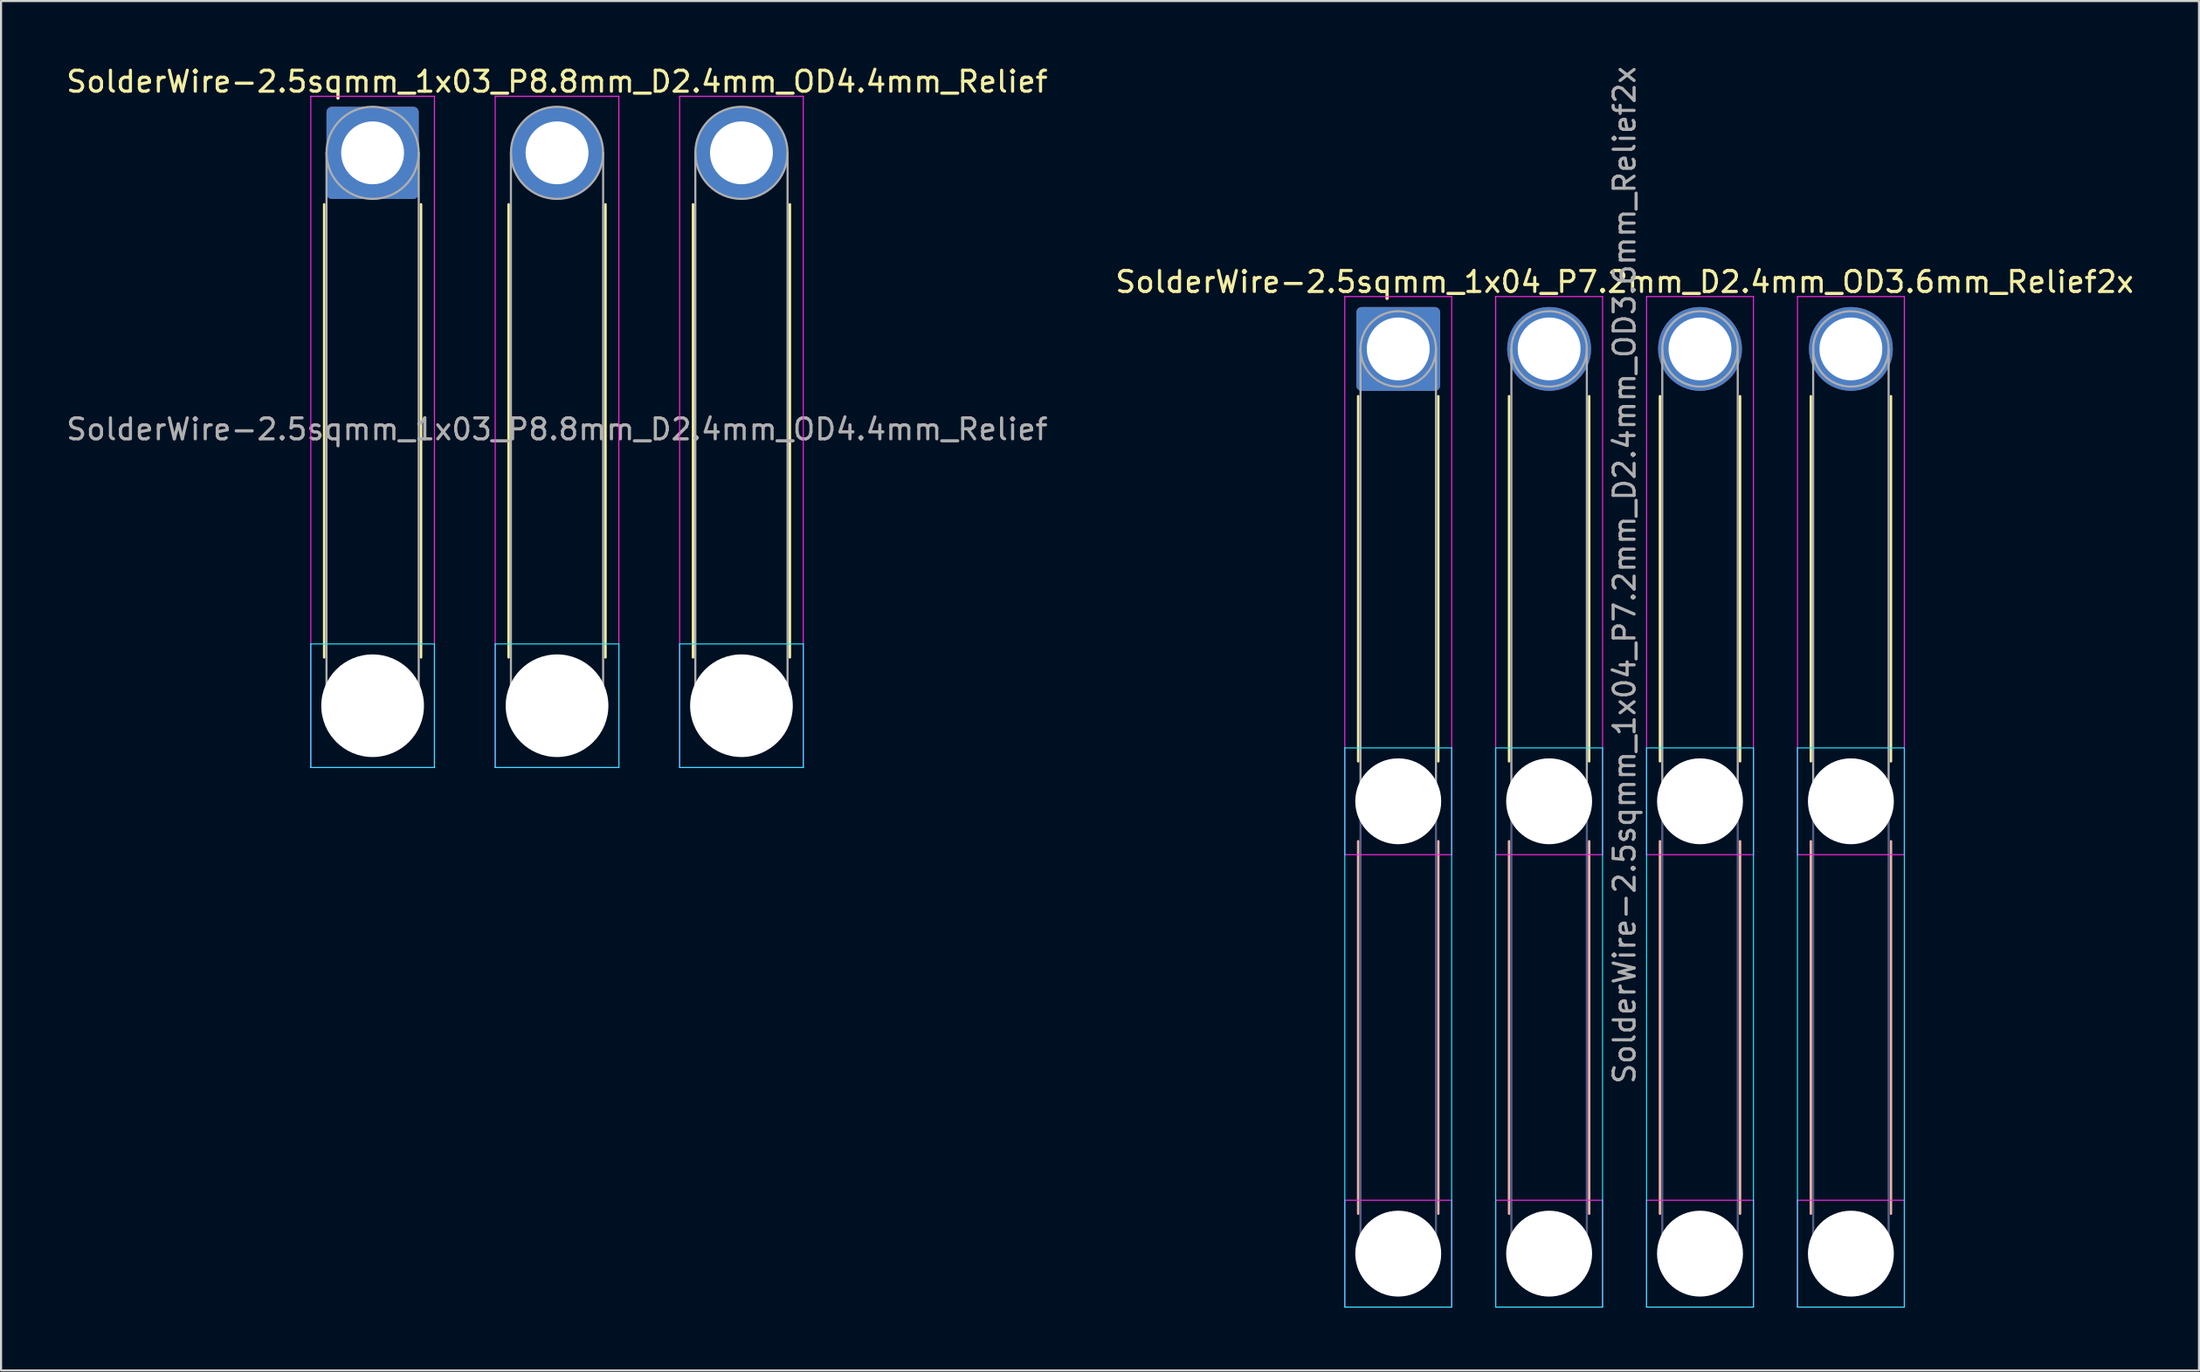
<source format=kicad_pcb>
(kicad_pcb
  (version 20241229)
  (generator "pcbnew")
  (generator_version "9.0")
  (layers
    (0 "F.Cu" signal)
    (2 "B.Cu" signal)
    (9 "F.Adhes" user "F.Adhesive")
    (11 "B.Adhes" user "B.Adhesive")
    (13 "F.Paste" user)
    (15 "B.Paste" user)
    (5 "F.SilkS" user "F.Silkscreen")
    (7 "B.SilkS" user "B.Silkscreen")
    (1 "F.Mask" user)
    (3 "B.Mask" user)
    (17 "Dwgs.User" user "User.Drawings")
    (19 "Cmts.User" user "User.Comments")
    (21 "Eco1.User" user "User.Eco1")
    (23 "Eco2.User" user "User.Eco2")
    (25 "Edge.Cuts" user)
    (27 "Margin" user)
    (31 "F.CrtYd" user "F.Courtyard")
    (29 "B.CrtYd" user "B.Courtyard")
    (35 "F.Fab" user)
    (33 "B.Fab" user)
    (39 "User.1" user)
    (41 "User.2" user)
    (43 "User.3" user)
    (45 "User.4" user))
  (footprint "SolderWire-2.5sqmm_1x04_P7.2mm_D2.4mm_OD3.6mm_Relief2x"
    (layer "F.Cu")
    (at 63.67 13.611)
    (property "Reference" "SolderWire-2.5sqmm_1x04_P7.2mm_D2.4mm_OD3.6mm_Relief2x" (at 10.8 -3.2 0) (layer "F.SilkS") (effects (font (size 1 1) (thickness 0.15))))
    (attr exclude_from_pos_files exclude_from_bom)
    (fp_line (start -1.91 2.26) (end -1.91 19.69) (stroke (width 0.12) (type solid)) (layer "F.SilkS"))
    (fp_line (start 1.91 2.26) (end 1.91 19.69) (stroke (width 0.12) (type solid)) (layer "F.SilkS"))
    (fp_line (start 5.29 2.26) (end 5.29 19.69) (stroke (width 0.12) (type solid)) (layer "F.SilkS"))
    (fp_line (start 9.11 2.26) (end 9.11 19.69) (stroke (width 0.12) (type solid)) (layer "F.SilkS"))
    (fp_line (start 12.49 2.26) (end 12.49 19.69) (stroke (width 0.12) (type solid)) (layer "F.SilkS"))
    (fp_line (start 16.31 2.26) (end 16.31 19.69) (stroke (width 0.12) (type solid)) (layer "F.SilkS"))
    (fp_line (start 19.69 2.26) (end 19.69 19.69) (stroke (width 0.12) (type solid)) (layer "F.SilkS"))
    (fp_line (start 23.51 2.26) (end 23.51 19.69) (stroke (width 0.12) (type solid)) (layer "F.SilkS"))
    (fp_line (start -1.91 23.51) (end -1.91 41.29) (stroke (width 0.12) (type solid)) (layer "B.SilkS"))
    (fp_line (start 1.91 23.51) (end 1.91 41.29) (stroke (width 0.12) (type solid)) (layer "B.SilkS"))
    (fp_line (start 5.29 23.51) (end 5.29 41.29) (stroke (width 0.12) (type solid)) (layer "B.SilkS"))
    (fp_line (start 9.11 23.51) (end 9.11 41.29) (stroke (width 0.12) (type solid)) (layer "B.SilkS"))
    (fp_line (start 12.49 23.51) (end 12.49 41.29) (stroke (width 0.12) (type solid)) (layer "B.SilkS"))
    (fp_line (start 16.31 23.51) (end 16.31 41.29) (stroke (width 0.12) (type solid)) (layer "B.SilkS"))
    (fp_line (start 19.69 23.51) (end 19.69 41.29) (stroke (width 0.12) (type solid)) (layer "B.SilkS"))
    (fp_line (start 23.51 23.51) (end 23.51 41.29) (stroke (width 0.12) (type solid)) (layer "B.SilkS"))
    (fp_line (start -2.55 19.05) (end -2.55 45.75) (stroke (width 0.05) (type solid)) (layer "B.CrtYd"))
    (fp_line (start -2.55 45.75) (end 2.55 45.75) (stroke (width 0.05) (type solid)) (layer "B.CrtYd"))
    (fp_line (start 2.55 19.05) (end -2.55 19.05) (stroke (width 0.05) (type solid)) (layer "B.CrtYd"))
    (fp_line (start 2.55 45.75) (end 2.55 19.05) (stroke (width 0.05) (type solid)) (layer "B.CrtYd"))
    (fp_line (start 4.65 19.05) (end 4.65 45.75) (stroke (width 0.05) (type solid)) (layer "B.CrtYd"))
    (fp_line (start 4.65 45.75) (end 9.75 45.75) (stroke (width 0.05) (type solid)) (layer "B.CrtYd"))
    (fp_line (start 9.75 19.05) (end 4.65 19.05) (stroke (width 0.05) (type solid)) (layer "B.CrtYd"))
    (fp_line (start 9.75 45.75) (end 9.75 19.05) (stroke (width 0.05) (type solid)) (layer "B.CrtYd"))
    (fp_line (start 11.85 19.05) (end 11.85 45.75) (stroke (width 0.05) (type solid)) (layer "B.CrtYd"))
    (fp_line (start 11.85 45.75) (end 16.95 45.75) (stroke (width 0.05) (type solid)) (layer "B.CrtYd"))
    (fp_line (start 16.95 19.05) (end 11.85 19.05) (stroke (width 0.05) (type solid)) (layer "B.CrtYd"))
    (fp_line (start 16.95 45.75) (end 16.95 19.05) (stroke (width 0.05) (type solid)) (layer "B.CrtYd"))
    (fp_line (start 19.05 19.05) (end 19.05 45.75) (stroke (width 0.05) (type solid)) (layer "B.CrtYd"))
    (fp_line (start 19.05 45.75) (end 24.15 45.75) (stroke (width 0.05) (type solid)) (layer "B.CrtYd"))
    (fp_line (start 24.15 19.05) (end 19.05 19.05) (stroke (width 0.05) (type solid)) (layer "B.CrtYd"))
    (fp_line (start 24.15 45.75) (end 24.15 19.05) (stroke (width 0.05) (type solid)) (layer "B.CrtYd"))
    (fp_line (start -2.55 -2.5) (end -2.55 24.15) (stroke (width 0.05) (type solid)) (layer "F.CrtYd"))
    (fp_line (start -2.55 24.15) (end 2.55 24.15) (stroke (width 0.05) (type solid)) (layer "F.CrtYd"))
    (fp_line (start -2.55 40.65) (end -2.55 45.75) (stroke (width 0.05) (type solid)) (layer "F.CrtYd"))
    (fp_line (start -2.55 45.75) (end 2.55 45.75) (stroke (width 0.05) (type solid)) (layer "F.CrtYd"))
    (fp_line (start 2.55 -2.5) (end -2.55 -2.5) (stroke (width 0.05) (type solid)) (layer "F.CrtYd"))
    (fp_line (start 2.55 24.15) (end 2.55 -2.5) (stroke (width 0.05) (type solid)) (layer "F.CrtYd"))
    (fp_line (start 2.55 40.65) (end -2.55 40.65) (stroke (width 0.05) (type solid)) (layer "F.CrtYd"))
    (fp_line (start 2.55 45.75) (end 2.55 40.65) (stroke (width 0.05) (type solid)) (layer "F.CrtYd"))
    (fp_line (start 4.65 -2.5) (end 4.65 24.15) (stroke (width 0.05) (type solid)) (layer "F.CrtYd"))
    (fp_line (start 4.65 24.15) (end 9.75 24.15) (stroke (width 0.05) (type solid)) (layer "F.CrtYd"))
    (fp_line (start 4.65 40.65) (end 4.65 45.75) (stroke (width 0.05) (type solid)) (layer "F.CrtYd"))
    (fp_line (start 4.65 45.75) (end 9.75 45.75) (stroke (width 0.05) (type solid)) (layer "F.CrtYd"))
    (fp_line (start 9.75 -2.5) (end 4.65 -2.5) (stroke (width 0.05) (type solid)) (layer "F.CrtYd"))
    (fp_line (start 9.75 24.15) (end 9.75 -2.5) (stroke (width 0.05) (type solid)) (layer "F.CrtYd"))
    (fp_line (start 9.75 40.65) (end 4.65 40.65) (stroke (width 0.05) (type solid)) (layer "F.CrtYd"))
    (fp_line (start 9.75 45.75) (end 9.75 40.65) (stroke (width 0.05) (type solid)) (layer "F.CrtYd"))
    (fp_line (start 11.85 -2.5) (end 11.85 24.15) (stroke (width 0.05) (type solid)) (layer "F.CrtYd"))
    (fp_line (start 11.85 24.15) (end 16.95 24.15) (stroke (width 0.05) (type solid)) (layer "F.CrtYd"))
    (fp_line (start 11.85 40.65) (end 11.85 45.75) (stroke (width 0.05) (type solid)) (layer "F.CrtYd"))
    (fp_line (start 11.85 45.75) (end 16.95 45.75) (stroke (width 0.05) (type solid)) (layer "F.CrtYd"))
    (fp_line (start 16.95 -2.5) (end 11.85 -2.5) (stroke (width 0.05) (type solid)) (layer "F.CrtYd"))
    (fp_line (start 16.95 24.15) (end 16.95 -2.5) (stroke (width 0.05) (type solid)) (layer "F.CrtYd"))
    (fp_line (start 16.95 40.65) (end 11.85 40.65) (stroke (width 0.05) (type solid)) (layer "F.CrtYd"))
    (fp_line (start 16.95 45.75) (end 16.95 40.65) (stroke (width 0.05) (type solid)) (layer "F.CrtYd"))
    (fp_line (start 19.05 -2.5) (end 19.05 24.15) (stroke (width 0.05) (type solid)) (layer "F.CrtYd"))
    (fp_line (start 19.05 24.15) (end 24.15 24.15) (stroke (width 0.05) (type solid)) (layer "F.CrtYd"))
    (fp_line (start 19.05 40.65) (end 19.05 45.75) (stroke (width 0.05) (type solid)) (layer "F.CrtYd"))
    (fp_line (start 19.05 45.75) (end 24.15 45.75) (stroke (width 0.05) (type solid)) (layer "F.CrtYd"))
    (fp_line (start 24.15 -2.5) (end 19.05 -2.5) (stroke (width 0.05) (type solid)) (layer "F.CrtYd"))
    (fp_line (start 24.15 24.15) (end 24.15 -2.5) (stroke (width 0.05) (type solid)) (layer "F.CrtYd"))
    (fp_line (start 24.15 40.65) (end 19.05 40.65) (stroke (width 0.05) (type solid)) (layer "F.CrtYd"))
    (fp_line (start 24.15 45.75) (end 24.15 40.65) (stroke (width 0.05) (type solid)) (layer "F.CrtYd"))
    (fp_line (start -1.8 21.6) (end -1.8 43.2) (stroke (width 0.1) (type solid)) (layer "B.Fab"))
    (fp_line (start 1.8 21.6) (end 1.8 43.2) (stroke (width 0.1) (type solid)) (layer "B.Fab"))
    (fp_line (start 5.4 21.6) (end 5.4 43.2) (stroke (width 0.1) (type solid)) (layer "B.Fab"))
    (fp_line (start 9 21.6) (end 9 43.2) (stroke (width 0.1) (type solid)) (layer "B.Fab"))
    (fp_line (start 12.6 21.6) (end 12.6 43.2) (stroke (width 0.1) (type solid)) (layer "B.Fab"))
    (fp_line (start 16.2 21.6) (end 16.2 43.2) (stroke (width 0.1) (type solid)) (layer "B.Fab"))
    (fp_line (start 19.8 21.6) (end 19.8 43.2) (stroke (width 0.1) (type solid)) (layer "B.Fab"))
    (fp_line (start 23.4 21.6) (end 23.4 43.2) (stroke (width 0.1) (type solid)) (layer "B.Fab"))
    (fp_circle (center 0 21.6) (end 1.8 21.6) (stroke (width 0.1) (type solid)) (fill no) (layer "B.Fab"))
    (fp_circle (center 0 43.2) (end 1.8 43.2) (stroke (width 0.1) (type solid)) (fill no) (layer "B.Fab"))
    (fp_circle (center 7.2 21.6) (end 9 21.6) (stroke (width 0.1) (type solid)) (fill no) (layer "B.Fab"))
    (fp_circle (center 7.2 43.2) (end 9 43.2) (stroke (width 0.1) (type solid)) (fill no) (layer "B.Fab"))
    (fp_circle (center 14.4 21.6) (end 16.2 21.6) (stroke (width 0.1) (type solid)) (fill no) (layer "B.Fab"))
    (fp_circle (center 14.4 43.2) (end 16.2 43.2) (stroke (width 0.1) (type solid)) (fill no) (layer "B.Fab"))
    (fp_circle (center 21.6 21.6) (end 23.4 21.6) (stroke (width 0.1) (type solid)) (fill no) (layer "B.Fab"))
    (fp_circle (center 21.6 43.2) (end 23.4 43.2) (stroke (width 0.1) (type solid)) (fill no) (layer "B.Fab"))
    (fp_line (start -1.8 0) (end -1.8 21.6) (stroke (width 0.1) (type solid)) (layer "F.Fab"))
    (fp_line (start 1.8 0) (end 1.8 21.6) (stroke (width 0.1) (type solid)) (layer "F.Fab"))
    (fp_line (start 5.4 0) (end 5.4 21.6) (stroke (width 0.1) (type solid)) (layer "F.Fab"))
    (fp_line (start 9 0) (end 9 21.6) (stroke (width 0.1) (type solid)) (layer "F.Fab"))
    (fp_line (start 12.6 0) (end 12.6 21.6) (stroke (width 0.1) (type solid)) (layer "F.Fab"))
    (fp_line (start 16.2 0) (end 16.2 21.6) (stroke (width 0.1) (type solid)) (layer "F.Fab"))
    (fp_line (start 19.8 0) (end 19.8 21.6) (stroke (width 0.1) (type solid)) (layer "F.Fab"))
    (fp_line (start 23.4 0) (end 23.4 21.6) (stroke (width 0.1) (type solid)) (layer "F.Fab"))
    (fp_circle (center 0 0) (end 1.8 0) (stroke (width 0.1) (type solid)) (fill no) (layer "F.Fab"))
    (fp_circle (center 0 21.6) (end 1.8 21.6) (stroke (width 0.1) (type solid)) (fill no) (layer "F.Fab"))
    (fp_circle (center 0 43.2) (end 1.8 43.2) (stroke (width 0.1) (type solid)) (fill no) (layer "F.Fab"))
    (fp_circle (center 7.2 0) (end 9 0) (stroke (width 0.1) (type solid)) (fill no) (layer "F.Fab"))
    (fp_circle (center 7.2 21.6) (end 9 21.6) (stroke (width 0.1) (type solid)) (fill no) (layer "F.Fab"))
    (fp_circle (center 7.2 43.2) (end 9 43.2) (stroke (width 0.1) (type solid)) (fill no) (layer "F.Fab"))
    (fp_circle (center 14.4 0) (end 16.2 0) (stroke (width 0.1) (type solid)) (fill no) (layer "F.Fab"))
    (fp_circle (center 14.4 21.6) (end 16.2 21.6) (stroke (width 0.1) (type solid)) (fill no) (layer "F.Fab"))
    (fp_circle (center 14.4 43.2) (end 16.2 43.2) (stroke (width 0.1) (type solid)) (fill no) (layer "F.Fab"))
    (fp_circle (center 21.6 0) (end 23.4 0) (stroke (width 0.1) (type solid)) (fill no) (layer "F.Fab"))
    (fp_circle (center 21.6 21.6) (end 23.4 21.6) (stroke (width 0.1) (type solid)) (fill no) (layer "F.Fab"))
    (fp_circle (center 21.6 43.2) (end 23.4 43.2) (stroke (width 0.1) (type solid)) (fill no) (layer "F.Fab"))
    (fp_text user "${REFERENCE}" (at 10.8 10.8 90) (layer "F.Fab") (effects (font (size 1 1) (thickness 0.15))))
    (pad "" np_thru_hole circle (at 0 21.6) (size 4.1 4.1) (drill 4.1) (layers "*.Cu" "*.Mask"))
    (pad "" np_thru_hole circle (at 0 43.2) (size 4.1 4.1) (drill 4.1) (layers "*.Cu" "*.Mask"))
    (pad "" np_thru_hole circle (at 7.2 21.6) (size 4.1 4.1) (drill 4.1) (layers "*.Cu" "*.Mask"))
    (pad "" np_thru_hole circle (at 7.2 43.2) (size 4.1 4.1) (drill 4.1) (layers "*.Cu" "*.Mask"))
    (pad "" np_thru_hole circle (at 14.4 21.6) (size 4.1 4.1) (drill 4.1) (layers "*.Cu" "*.Mask"))
    (pad "" np_thru_hole circle (at 14.4 43.2) (size 4.1 4.1) (drill 4.1) (layers "*.Cu" "*.Mask"))
    (pad "" np_thru_hole circle (at 21.6 21.6) (size 4.1 4.1) (drill 4.1) (layers "*.Cu" "*.Mask"))
    (pad "" np_thru_hole circle (at 21.6 43.2) (size 4.1 4.1) (drill 4.1) (layers "*.Cu" "*.Mask"))
    (pad "1" thru_hole roundrect (at 0 0) (size 4 4) (drill 3) (layers "*.Cu" "*.Mask") (roundrect_rratio 0.062))
    (pad "2" thru_hole circle (at 7.2 0) (size 4 4) (drill 3) (layers "*.Cu" "*.Mask"))
    (pad "3" thru_hole circle (at 14.4 0) (size 4 4) (drill 3) (layers "*.Cu" "*.Mask"))
    (pad "4" thru_hole circle (at 21.6 0) (size 4 4) (drill 3) (layers "*.Cu" "*.Mask")))
  (footprint "SolderWire-2.5sqmm_1x03_P8.8mm_D2.4mm_OD4.4mm_Relief"
    (layer "F.Cu")
    (at 14.73 4.248)
    (property "Reference" "SolderWire-2.5sqmm_1x03_P8.8mm_D2.4mm_OD4.4mm_Relief" (at 8.8 -3.4 0) (layer "F.SilkS") (effects (font (size 1 1) (thickness 0.15))))
    (attr exclude_from_pos_files exclude_from_bom)
    (fp_line (start -2.31 2.46) (end -2.31 24.09) (stroke (width 0.12) (type solid)) (layer "F.SilkS"))
    (fp_line (start 2.31 2.46) (end 2.31 24.09) (stroke (width 0.12) (type solid)) (layer "F.SilkS"))
    (fp_line (start 6.49 2.46) (end 6.49 24.09) (stroke (width 0.12) (type solid)) (layer "F.SilkS"))
    (fp_line (start 11.11 2.46) (end 11.11 24.09) (stroke (width 0.12) (type solid)) (layer "F.SilkS"))
    (fp_line (start 15.29 2.46) (end 15.29 24.09) (stroke (width 0.12) (type solid)) (layer "F.SilkS"))
    (fp_line (start 19.91 2.46) (end 19.91 24.09) (stroke (width 0.12) (type solid)) (layer "F.SilkS"))
    (fp_line (start -2.95 23.45) (end -2.95 29.35) (stroke (width 0.05) (type solid)) (layer "B.CrtYd"))
    (fp_line (start -2.95 29.35) (end 2.95 29.35) (stroke (width 0.05) (type solid)) (layer "B.CrtYd"))
    (fp_line (start 2.95 23.45) (end -2.95 23.45) (stroke (width 0.05) (type solid)) (layer "B.CrtYd"))
    (fp_line (start 2.95 29.35) (end 2.95 23.45) (stroke (width 0.05) (type solid)) (layer "B.CrtYd"))
    (fp_line (start 5.85 23.45) (end 5.85 29.35) (stroke (width 0.05) (type solid)) (layer "B.CrtYd"))
    (fp_line (start 5.85 29.35) (end 11.75 29.35) (stroke (width 0.05) (type solid)) (layer "B.CrtYd"))
    (fp_line (start 11.75 23.45) (end 5.85 23.45) (stroke (width 0.05) (type solid)) (layer "B.CrtYd"))
    (fp_line (start 11.75 29.35) (end 11.75 23.45) (stroke (width 0.05) (type solid)) (layer "B.CrtYd"))
    (fp_line (start 14.65 23.45) (end 14.65 29.35) (stroke (width 0.05) (type solid)) (layer "B.CrtYd"))
    (fp_line (start 14.65 29.35) (end 20.55 29.35) (stroke (width 0.05) (type solid)) (layer "B.CrtYd"))
    (fp_line (start 20.55 23.45) (end 14.65 23.45) (stroke (width 0.05) (type solid)) (layer "B.CrtYd"))
    (fp_line (start 20.55 29.35) (end 20.55 23.45) (stroke (width 0.05) (type solid)) (layer "B.CrtYd"))
    (fp_line (start -2.95 -2.7) (end -2.95 29.35) (stroke (width 0.05) (type solid)) (layer "F.CrtYd"))
    (fp_line (start -2.95 29.35) (end 2.95 29.35) (stroke (width 0.05) (type solid)) (layer "F.CrtYd"))
    (fp_line (start 2.95 -2.7) (end -2.95 -2.7) (stroke (width 0.05) (type solid)) (layer "F.CrtYd"))
    (fp_line (start 2.95 29.35) (end 2.95 -2.7) (stroke (width 0.05) (type solid)) (layer "F.CrtYd"))
    (fp_line (start 5.85 -2.7) (end 5.85 29.35) (stroke (width 0.05) (type solid)) (layer "F.CrtYd"))
    (fp_line (start 5.85 29.35) (end 11.75 29.35) (stroke (width 0.05) (type solid)) (layer "F.CrtYd"))
    (fp_line (start 11.75 -2.7) (end 5.85 -2.7) (stroke (width 0.05) (type solid)) (layer "F.CrtYd"))
    (fp_line (start 11.75 29.35) (end 11.75 -2.7) (stroke (width 0.05) (type solid)) (layer "F.CrtYd"))
    (fp_line (start 14.65 -2.7) (end 14.65 29.35) (stroke (width 0.05) (type solid)) (layer "F.CrtYd"))
    (fp_line (start 14.65 29.35) (end 20.55 29.35) (stroke (width 0.05) (type solid)) (layer "F.CrtYd"))
    (fp_line (start 20.55 -2.7) (end 14.65 -2.7) (stroke (width 0.05) (type solid)) (layer "F.CrtYd"))
    (fp_line (start 20.55 29.35) (end 20.55 -2.7) (stroke (width 0.05) (type solid)) (layer "F.CrtYd"))
    (fp_line (start -2.2 0) (end -2.2 26.4) (stroke (width 0.1) (type solid)) (layer "F.Fab"))
    (fp_line (start 2.2 0) (end 2.2 26.4) (stroke (width 0.1) (type solid)) (layer "F.Fab"))
    (fp_line (start 6.6 0) (end 6.6 26.4) (stroke (width 0.1) (type solid)) (layer "F.Fab"))
    (fp_line (start 11 0) (end 11 26.4) (stroke (width 0.1) (type solid)) (layer "F.Fab"))
    (fp_line (start 15.4 0) (end 15.4 26.4) (stroke (width 0.1) (type solid)) (layer "F.Fab"))
    (fp_line (start 19.8 0) (end 19.8 26.4) (stroke (width 0.1) (type solid)) (layer "F.Fab"))
    (fp_circle (center 0 0) (end 2.2 0) (stroke (width 0.1) (type solid)) (fill no) (layer "F.Fab"))
    (fp_circle (center 0 26.4) (end 2.2 26.4) (stroke (width 0.1) (type solid)) (fill no) (layer "F.Fab"))
    (fp_circle (center 8.8 0) (end 11 0) (stroke (width 0.1) (type solid)) (fill no) (layer "F.Fab"))
    (fp_circle (center 8.8 26.4) (end 11 26.4) (stroke (width 0.1) (type solid)) (fill no) (layer "F.Fab"))
    (fp_circle (center 17.6 0) (end 19.8 0) (stroke (width 0.1) (type solid)) (fill no) (layer "F.Fab"))
    (fp_circle (center 17.6 26.4) (end 19.8 26.4) (stroke (width 0.1) (type solid)) (fill no) (layer "F.Fab"))
    (fp_text user "${REFERENCE}" (at 8.8 13.2 0) (layer "F.Fab") (effects (font (size 1 1) (thickness 0.15))))
    (pad "" np_thru_hole circle (at 0 26.4) (size 4.9 4.9) (drill 4.9) (layers "*.Cu" "*.Mask"))
    (pad "" np_thru_hole circle (at 8.8 26.4) (size 4.9 4.9) (drill 4.9) (layers "*.Cu" "*.Mask"))
    (pad "" np_thru_hole circle (at 17.6 26.4) (size 4.9 4.9) (drill 4.9) (layers "*.Cu" "*.Mask"))
    (pad "1" thru_hole roundrect (at 0 0) (size 4.4 4.4) (drill 3) (layers "*.Cu" "*.Mask") (roundrect_rratio 0.057))
    (pad "2" thru_hole circle (at 8.8 0) (size 4.4 4.4) (drill 3) (layers "*.Cu" "*.Mask"))
    (pad "3" thru_hole circle (at 17.6 0) (size 4.4 4.4) (drill 3) (layers "*.Cu" "*.Mask")))
  (gr_rect
    (start -3 -3)
    (end 101.881 62.386)
    (stroke (width 0.1) (type default))
    (fill no)
    (layer "Edge.Cuts")))
</source>
